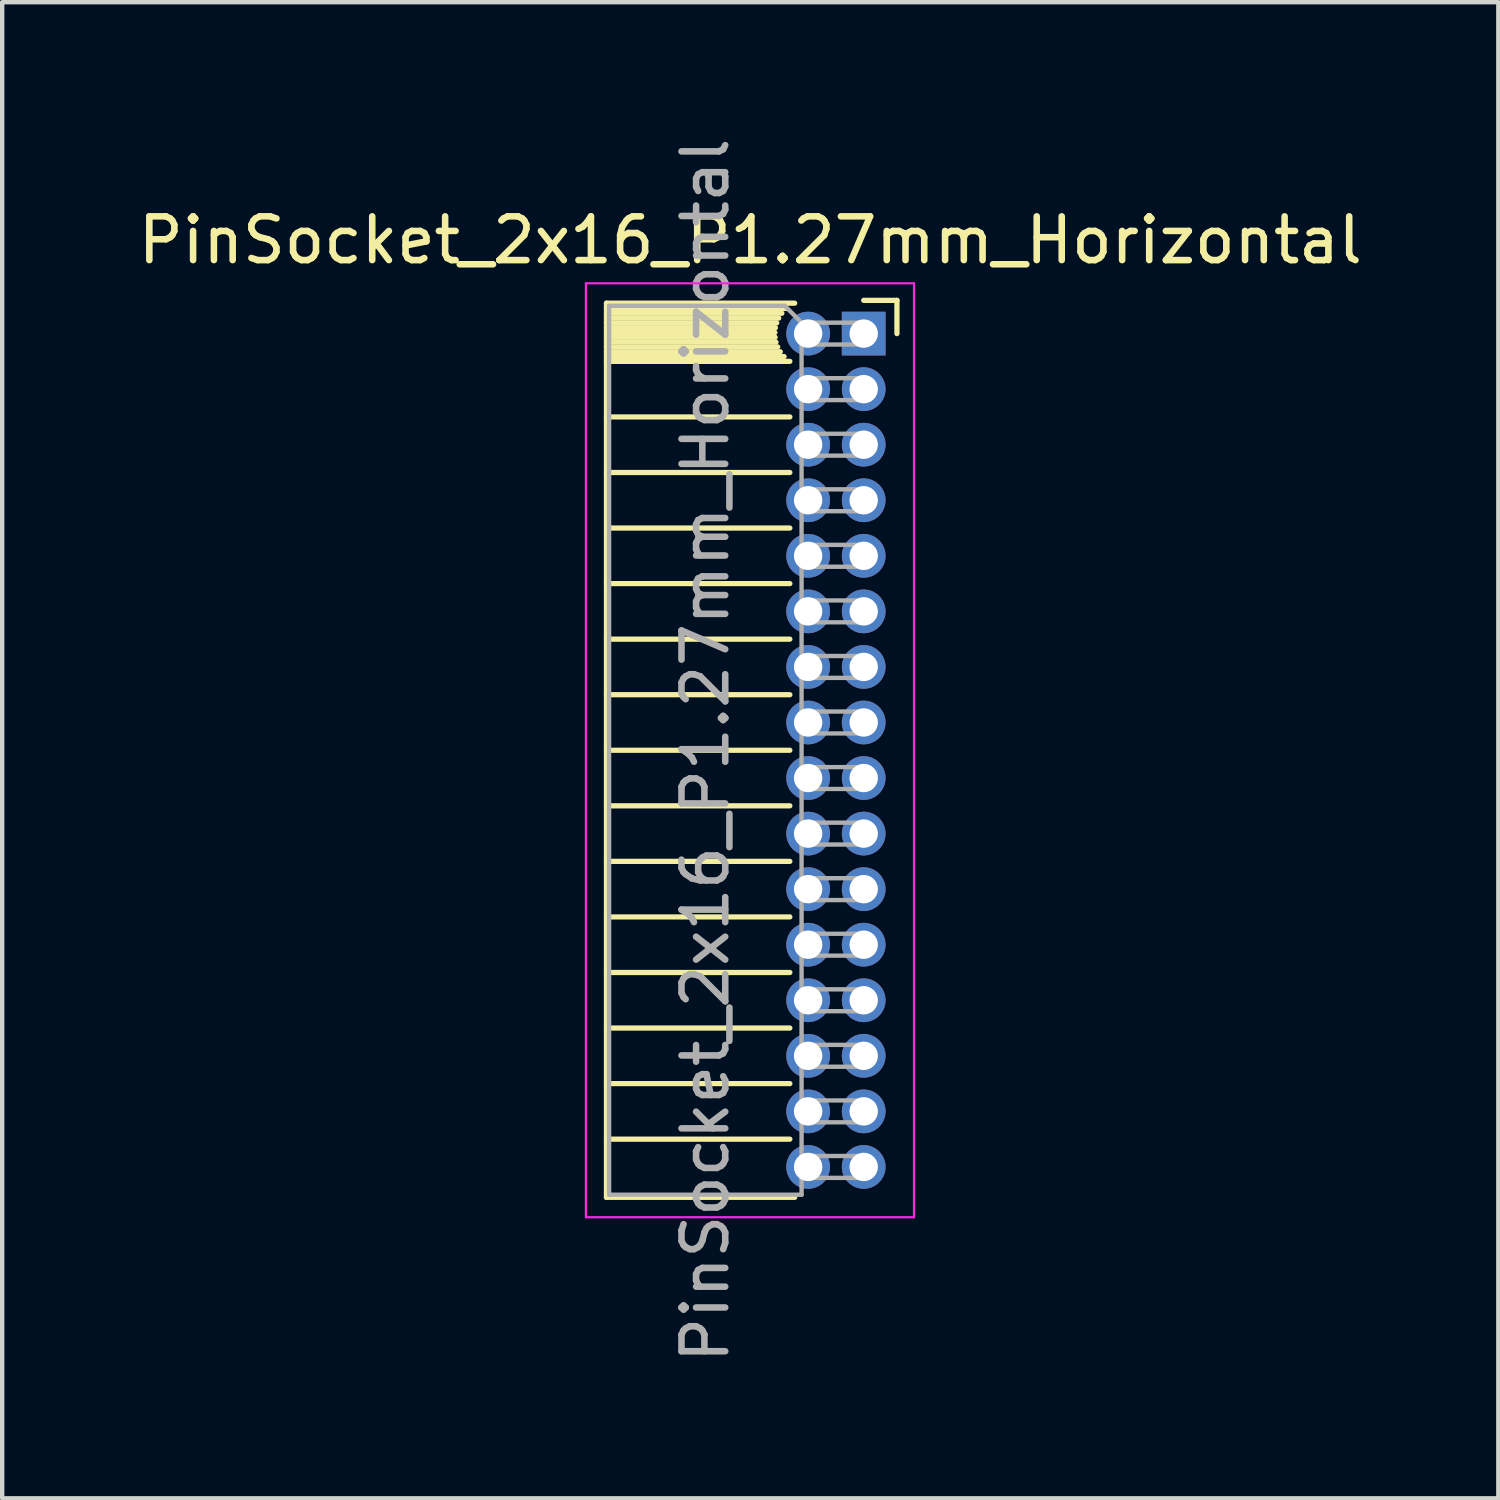
<source format=kicad_pcb>
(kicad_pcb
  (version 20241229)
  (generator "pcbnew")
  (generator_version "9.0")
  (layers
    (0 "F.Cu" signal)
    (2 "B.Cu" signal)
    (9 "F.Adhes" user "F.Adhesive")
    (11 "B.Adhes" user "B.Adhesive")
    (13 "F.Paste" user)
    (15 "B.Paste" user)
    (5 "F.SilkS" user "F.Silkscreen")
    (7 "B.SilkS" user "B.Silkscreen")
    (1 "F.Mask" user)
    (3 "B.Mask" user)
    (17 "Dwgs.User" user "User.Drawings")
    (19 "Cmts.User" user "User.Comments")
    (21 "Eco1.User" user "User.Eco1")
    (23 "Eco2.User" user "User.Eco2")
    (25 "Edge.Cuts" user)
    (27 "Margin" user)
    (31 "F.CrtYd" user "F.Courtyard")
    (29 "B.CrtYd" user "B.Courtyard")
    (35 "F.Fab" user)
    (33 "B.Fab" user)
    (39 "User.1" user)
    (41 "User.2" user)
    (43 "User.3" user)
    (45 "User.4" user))
  (footprint "PinSocket_2x16_P1.27mm_Horizontal"
    (layer "F.Cu")
    (at 16.694 4.576)
    (property "Reference" "PinSocket_2x16_P1.27mm_Horizontal" (at -2.592 -2.135 0) (layer "F.SilkS") (effects (font (size 1 1) (thickness 0.15))))
    (attr through_hole)
    (fp_line (start -5.88 -0.695) (end -5.88 19.745) (stroke (width 0.12) (type solid)) (layer "F.SilkS"))
    (fp_line (start -5.88 -0.695) (end -1.578 -0.695) (stroke (width 0.12) (type solid)) (layer "F.SilkS"))
    (fp_line (start -5.88 -0.575) (end -1.767 -0.575) (stroke (width 0.12) (type solid)) (layer "F.SilkS"))
    (fp_line (start -5.88 -0.465) (end -1.871 -0.465) (stroke (width 0.12) (type solid)) (layer "F.SilkS"))
    (fp_line (start -5.88 -0.355) (end -1.942 -0.355) (stroke (width 0.12) (type solid)) (layer "F.SilkS"))
    (fp_line (start -5.88 -0.245) (end -1.989 -0.245) (stroke (width 0.12) (type solid)) (layer "F.SilkS"))
    (fp_line (start -5.88 -0.135) (end -2.018 -0.135) (stroke (width 0.12) (type solid)) (layer "F.SilkS"))
    (fp_line (start -5.88 -0.025) (end -2.03 -0.025) (stroke (width 0.12) (type solid)) (layer "F.SilkS"))
    (fp_line (start -5.88 0.085) (end -2.025 0.085) (stroke (width 0.12) (type solid)) (layer "F.SilkS"))
    (fp_line (start -5.88 0.195) (end -2.005 0.195) (stroke (width 0.12) (type solid)) (layer "F.SilkS"))
    (fp_line (start -5.88 0.305) (end -1.966 0.305) (stroke (width 0.12) (type solid)) (layer "F.SilkS"))
    (fp_line (start -5.88 0.415) (end -1.907 0.415) (stroke (width 0.12) (type solid)) (layer "F.SilkS"))
    (fp_line (start -5.88 0.525) (end -1.82 0.525) (stroke (width 0.12) (type solid)) (layer "F.SilkS"))
    (fp_line (start -5.88 0.635) (end -1.688 0.635) (stroke (width 0.12) (type solid)) (layer "F.SilkS"))
    (fp_line (start -5.88 1.905) (end -1.688 1.905) (stroke (width 0.12) (type solid)) (layer "F.SilkS"))
    (fp_line (start -5.88 3.175) (end -1.688 3.175) (stroke (width 0.12) (type solid)) (layer "F.SilkS"))
    (fp_line (start -5.88 4.445) (end -1.688 4.445) (stroke (width 0.12) (type solid)) (layer "F.SilkS"))
    (fp_line (start -5.88 5.715) (end -1.688 5.715) (stroke (width 0.12) (type solid)) (layer "F.SilkS"))
    (fp_line (start -5.88 6.985) (end -1.688 6.985) (stroke (width 0.12) (type solid)) (layer "F.SilkS"))
    (fp_line (start -5.88 8.255) (end -1.688 8.255) (stroke (width 0.12) (type solid)) (layer "F.SilkS"))
    (fp_line (start -5.88 9.525) (end -1.688 9.525) (stroke (width 0.12) (type solid)) (layer "F.SilkS"))
    (fp_line (start -5.88 10.795) (end -1.688 10.795) (stroke (width 0.12) (type solid)) (layer "F.SilkS"))
    (fp_line (start -5.88 12.065) (end -1.688 12.065) (stroke (width 0.12) (type solid)) (layer "F.SilkS"))
    (fp_line (start -5.88 13.335) (end -1.688 13.335) (stroke (width 0.12) (type solid)) (layer "F.SilkS"))
    (fp_line (start -5.88 14.605) (end -1.688 14.605) (stroke (width 0.12) (type solid)) (layer "F.SilkS"))
    (fp_line (start -5.88 15.875) (end -1.688 15.875) (stroke (width 0.12) (type solid)) (layer "F.SilkS"))
    (fp_line (start -5.88 17.145) (end -1.688 17.145) (stroke (width 0.12) (type solid)) (layer "F.SilkS"))
    (fp_line (start -5.88 18.415) (end -1.688 18.415) (stroke (width 0.12) (type solid)) (layer "F.SilkS"))
    (fp_line (start -5.88 19.745) (end -1.578 19.745) (stroke (width 0.12) (type solid)) (layer "F.SilkS"))
    (fp_line (start 0 -0.76) (end 0.76 -0.76) (stroke (width 0.12) (type solid)) (layer "F.SilkS"))
    (fp_line (start 0.76 -0.76) (end 0.76 0) (stroke (width 0.12) (type solid)) (layer "F.SilkS"))
    (fp_line (start -6.35 -1.15) (end -6.35 20.2) (stroke (width 0.05) (type solid)) (layer "F.CrtYd"))
    (fp_line (start -6.35 20.2) (end 1.15 20.2) (stroke (width 0.05) (type solid)) (layer "F.CrtYd"))
    (fp_line (start 1.15 -1.15) (end -6.35 -1.15) (stroke (width 0.05) (type solid)) (layer "F.CrtYd"))
    (fp_line (start 1.15 20.2) (end 1.15 -1.15) (stroke (width 0.05) (type solid)) (layer "F.CrtYd"))
    (fp_line (start -5.82 -0.635) (end -1.805 -0.635) (stroke (width 0.1) (type solid)) (layer "F.Fab"))
    (fp_line (start -5.82 19.685) (end -5.82 -0.635) (stroke (width 0.1) (type solid)) (layer "F.Fab"))
    (fp_line (start -1.805 -0.635) (end -1.42 -0.25) (stroke (width 0.1) (type solid)) (layer "F.Fab"))
    (fp_line (start -1.42 -0.25) (end -1.42 19.685) (stroke (width 0.1) (type solid)) (layer "F.Fab"))
    (fp_line (start -1.42 0.25) (end 0 0.25) (stroke (width 0.1) (type solid)) (layer "F.Fab"))
    (fp_line (start -1.42 1.52) (end 0 1.52) (stroke (width 0.1) (type solid)) (layer "F.Fab"))
    (fp_line (start -1.42 2.79) (end 0 2.79) (stroke (width 0.1) (type solid)) (layer "F.Fab"))
    (fp_line (start -1.42 4.06) (end 0 4.06) (stroke (width 0.1) (type solid)) (layer "F.Fab"))
    (fp_line (start -1.42 5.33) (end 0 5.33) (stroke (width 0.1) (type solid)) (layer "F.Fab"))
    (fp_line (start -1.42 6.6) (end 0 6.6) (stroke (width 0.1) (type solid)) (layer "F.Fab"))
    (fp_line (start -1.42 7.87) (end 0 7.87) (stroke (width 0.1) (type solid)) (layer "F.Fab"))
    (fp_line (start -1.42 9.14) (end 0 9.14) (stroke (width 0.1) (type solid)) (layer "F.Fab"))
    (fp_line (start -1.42 10.41) (end 0 10.41) (stroke (width 0.1) (type solid)) (layer "F.Fab"))
    (fp_line (start -1.42 11.68) (end 0 11.68) (stroke (width 0.1) (type solid)) (layer "F.Fab"))
    (fp_line (start -1.42 12.95) (end 0 12.95) (stroke (width 0.1) (type solid)) (layer "F.Fab"))
    (fp_line (start -1.42 14.22) (end 0 14.22) (stroke (width 0.1) (type solid)) (layer "F.Fab"))
    (fp_line (start -1.42 15.49) (end 0 15.49) (stroke (width 0.1) (type solid)) (layer "F.Fab"))
    (fp_line (start -1.42 16.76) (end 0 16.76) (stroke (width 0.1) (type solid)) (layer "F.Fab"))
    (fp_line (start -1.42 18.03) (end 0 18.03) (stroke (width 0.1) (type solid)) (layer "F.Fab"))
    (fp_line (start -1.42 19.3) (end 0 19.3) (stroke (width 0.1) (type solid)) (layer "F.Fab"))
    (fp_line (start -1.42 19.685) (end -5.82 19.685) (stroke (width 0.1) (type solid)) (layer "F.Fab"))
    (fp_line (start 0 -0.25) (end -1.42 -0.25) (stroke (width 0.1) (type solid)) (layer "F.Fab"))
    (fp_line (start 0 0.25) (end 0 -0.25) (stroke (width 0.1) (type solid)) (layer "F.Fab"))
    (fp_line (start 0 1.02) (end -1.42 1.02) (stroke (width 0.1) (type solid)) (layer "F.Fab"))
    (fp_line (start 0 1.52) (end 0 1.02) (stroke (width 0.1) (type solid)) (layer "F.Fab"))
    (fp_line (start 0 2.29) (end -1.42 2.29) (stroke (width 0.1) (type solid)) (layer "F.Fab"))
    (fp_line (start 0 2.79) (end 0 2.29) (stroke (width 0.1) (type solid)) (layer "F.Fab"))
    (fp_line (start 0 3.56) (end -1.42 3.56) (stroke (width 0.1) (type solid)) (layer "F.Fab"))
    (fp_line (start 0 4.06) (end 0 3.56) (stroke (width 0.1) (type solid)) (layer "F.Fab"))
    (fp_line (start 0 4.83) (end -1.42 4.83) (stroke (width 0.1) (type solid)) (layer "F.Fab"))
    (fp_line (start 0 5.33) (end 0 4.83) (stroke (width 0.1) (type solid)) (layer "F.Fab"))
    (fp_line (start 0 6.1) (end -1.42 6.1) (stroke (width 0.1) (type solid)) (layer "F.Fab"))
    (fp_line (start 0 6.6) (end 0 6.1) (stroke (width 0.1) (type solid)) (layer "F.Fab"))
    (fp_line (start 0 7.37) (end -1.42 7.37) (stroke (width 0.1) (type solid)) (layer "F.Fab"))
    (fp_line (start 0 7.87) (end 0 7.37) (stroke (width 0.1) (type solid)) (layer "F.Fab"))
    (fp_line (start 0 8.64) (end -1.42 8.64) (stroke (width 0.1) (type solid)) (layer "F.Fab"))
    (fp_line (start 0 9.14) (end 0 8.64) (stroke (width 0.1) (type solid)) (layer "F.Fab"))
    (fp_line (start 0 9.91) (end -1.42 9.91) (stroke (width 0.1) (type solid)) (layer "F.Fab"))
    (fp_line (start 0 10.41) (end 0 9.91) (stroke (width 0.1) (type solid)) (layer "F.Fab"))
    (fp_line (start 0 11.18) (end -1.42 11.18) (stroke (width 0.1) (type solid)) (layer "F.Fab"))
    (fp_line (start 0 11.68) (end 0 11.18) (stroke (width 0.1) (type solid)) (layer "F.Fab"))
    (fp_line (start 0 12.45) (end -1.42 12.45) (stroke (width 0.1) (type solid)) (layer "F.Fab"))
    (fp_line (start 0 12.95) (end 0 12.45) (stroke (width 0.1) (type solid)) (layer "F.Fab"))
    (fp_line (start 0 13.72) (end -1.42 13.72) (stroke (width 0.1) (type solid)) (layer "F.Fab"))
    (fp_line (start 0 14.22) (end 0 13.72) (stroke (width 0.1) (type solid)) (layer "F.Fab"))
    (fp_line (start 0 14.99) (end -1.42 14.99) (stroke (width 0.1) (type solid)) (layer "F.Fab"))
    (fp_line (start 0 15.49) (end 0 14.99) (stroke (width 0.1) (type solid)) (layer "F.Fab"))
    (fp_line (start 0 16.26) (end -1.42 16.26) (stroke (width 0.1) (type solid)) (layer "F.Fab"))
    (fp_line (start 0 16.76) (end 0 16.26) (stroke (width 0.1) (type solid)) (layer "F.Fab"))
    (fp_line (start 0 17.53) (end -1.42 17.53) (stroke (width 0.1) (type solid)) (layer "F.Fab"))
    (fp_line (start 0 18.03) (end 0 17.53) (stroke (width 0.1) (type solid)) (layer "F.Fab"))
    (fp_line (start 0 18.8) (end -1.42 18.8) (stroke (width 0.1) (type solid)) (layer "F.Fab"))
    (fp_line (start 0 19.3) (end 0 18.8) (stroke (width 0.1) (type solid)) (layer "F.Fab"))
    (fp_text user "${REFERENCE}" (at -3.62 9.525 90) (layer "F.Fab") (effects (font (size 1 1) (thickness 0.15))))
    (pad "1" thru_hole rect (at 0 0) (size 1 1) (drill 0.65) (layers "*.Cu" "*.Mask"))
    (pad "2" thru_hole oval (at -1.27 0) (size 1 1) (drill 0.65) (layers "*.Cu" "*.Mask"))
    (pad "3" thru_hole oval (at 0 1.27) (size 1 1) (drill 0.65) (layers "*.Cu" "*.Mask"))
    (pad "4" thru_hole oval (at -1.27 1.27) (size 1 1) (drill 0.65) (layers "*.Cu" "*.Mask"))
    (pad "5" thru_hole oval (at 0 2.54) (size 1 1) (drill 0.65) (layers "*.Cu" "*.Mask"))
    (pad "6" thru_hole oval (at -1.27 2.54) (size 1 1) (drill 0.65) (layers "*.Cu" "*.Mask"))
    (pad "7" thru_hole oval (at 0 3.81) (size 1 1) (drill 0.65) (layers "*.Cu" "*.Mask"))
    (pad "8" thru_hole oval (at -1.27 3.81) (size 1 1) (drill 0.65) (layers "*.Cu" "*.Mask"))
    (pad "9" thru_hole oval (at 0 5.08) (size 1 1) (drill 0.65) (layers "*.Cu" "*.Mask"))
    (pad "10" thru_hole oval (at -1.27 5.08) (size 1 1) (drill 0.65) (layers "*.Cu" "*.Mask"))
    (pad "11" thru_hole oval (at 0 6.35) (size 1 1) (drill 0.65) (layers "*.Cu" "*.Mask"))
    (pad "12" thru_hole oval (at -1.27 6.35) (size 1 1) (drill 0.65) (layers "*.Cu" "*.Mask"))
    (pad "13" thru_hole oval (at 0 7.62) (size 1 1) (drill 0.65) (layers "*.Cu" "*.Mask"))
    (pad "14" thru_hole oval (at -1.27 7.62) (size 1 1) (drill 0.65) (layers "*.Cu" "*.Mask"))
    (pad "15" thru_hole oval (at 0 8.89) (size 1 1) (drill 0.65) (layers "*.Cu" "*.Mask"))
    (pad "16" thru_hole oval (at -1.27 8.89) (size 1 1) (drill 0.65) (layers "*.Cu" "*.Mask"))
    (pad "17" thru_hole oval (at 0 10.16) (size 1 1) (drill 0.65) (layers "*.Cu" "*.Mask"))
    (pad "18" thru_hole oval (at -1.27 10.16) (size 1 1) (drill 0.65) (layers "*.Cu" "*.Mask"))
    (pad "19" thru_hole oval (at 0 11.43) (size 1 1) (drill 0.65) (layers "*.Cu" "*.Mask"))
    (pad "20" thru_hole oval (at -1.27 11.43) (size 1 1) (drill 0.65) (layers "*.Cu" "*.Mask"))
    (pad "21" thru_hole oval (at 0 12.7) (size 1 1) (drill 0.65) (layers "*.Cu" "*.Mask"))
    (pad "22" thru_hole oval (at -1.27 12.7) (size 1 1) (drill 0.65) (layers "*.Cu" "*.Mask"))
    (pad "23" thru_hole oval (at 0 13.97) (size 1 1) (drill 0.65) (layers "*.Cu" "*.Mask"))
    (pad "24" thru_hole oval (at -1.27 13.97) (size 1 1) (drill 0.65) (layers "*.Cu" "*.Mask"))
    (pad "25" thru_hole oval (at 0 15.24) (size 1 1) (drill 0.65) (layers "*.Cu" "*.Mask"))
    (pad "26" thru_hole oval (at -1.27 15.24) (size 1 1) (drill 0.65) (layers "*.Cu" "*.Mask"))
    (pad "27" thru_hole oval (at 0 16.51) (size 1 1) (drill 0.65) (layers "*.Cu" "*.Mask"))
    (pad "28" thru_hole oval (at -1.27 16.51) (size 1 1) (drill 0.65) (layers "*.Cu" "*.Mask"))
    (pad "29" thru_hole oval (at 0 17.78) (size 1 1) (drill 0.65) (layers "*.Cu" "*.Mask"))
    (pad "30" thru_hole oval (at -1.27 17.78) (size 1 1) (drill 0.65) (layers "*.Cu" "*.Mask"))
    (pad "31" thru_hole oval (at 0 19.05) (size 1 1) (drill 0.65) (layers "*.Cu" "*.Mask"))
    (pad "32" thru_hole oval (at -1.27 19.05) (size 1 1) (drill 0.65) (layers "*.Cu" "*.Mask")))
  (gr_rect
    (start -3 -3)
    (end 31.202 31.202)
    (stroke (width 0.1) (type default))
    (fill no)
    (layer "Edge.Cuts")))
</source>
